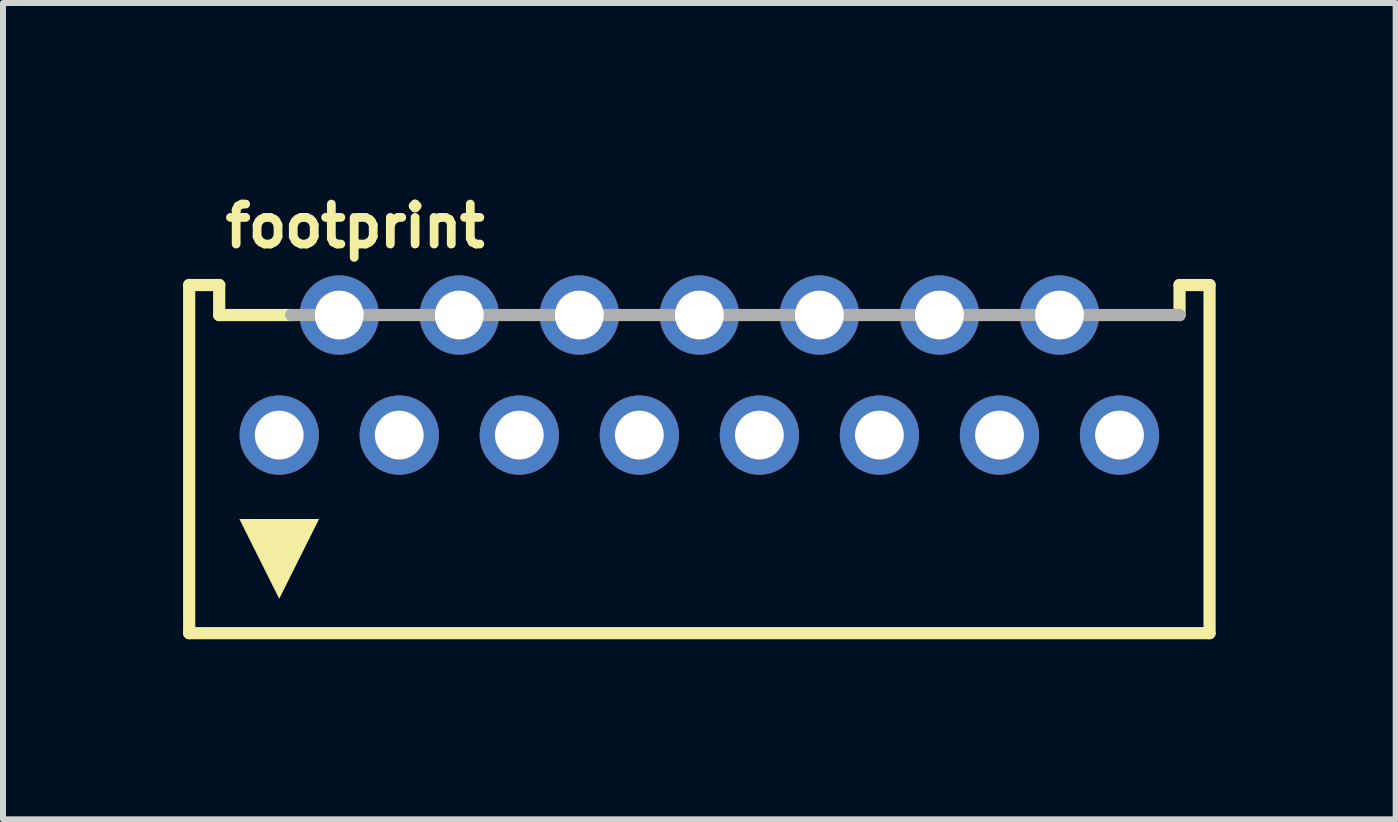
<source format=kicad_pcb>
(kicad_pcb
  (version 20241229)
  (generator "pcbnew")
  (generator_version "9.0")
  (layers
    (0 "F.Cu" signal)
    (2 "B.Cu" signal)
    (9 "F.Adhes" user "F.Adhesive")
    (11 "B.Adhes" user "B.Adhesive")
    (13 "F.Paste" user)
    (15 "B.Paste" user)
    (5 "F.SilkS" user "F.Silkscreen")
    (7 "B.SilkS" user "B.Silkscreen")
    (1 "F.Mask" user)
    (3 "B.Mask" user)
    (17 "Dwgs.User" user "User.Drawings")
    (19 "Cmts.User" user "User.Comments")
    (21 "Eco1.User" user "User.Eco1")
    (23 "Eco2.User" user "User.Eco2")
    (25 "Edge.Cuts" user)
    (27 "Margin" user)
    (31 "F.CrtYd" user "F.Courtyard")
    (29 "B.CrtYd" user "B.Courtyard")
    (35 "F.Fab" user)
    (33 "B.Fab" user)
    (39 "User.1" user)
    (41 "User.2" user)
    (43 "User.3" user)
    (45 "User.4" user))
  (footprint "footprint"
    (layer "F.Cu")
    (at 8.602 4.199)
    (property "Reference" "footprint" (at -7.972 -3.094 0) (layer "F.SilkS") (effects (font (size 0.666 0.666) (thickness 0.146)) (justify left bottom)))
    (fp_line (start -8.5 -2.5) (end -8.5 3.3) (stroke (width 0.203) (type solid)) (layer "F.SilkS"))
    (fp_line (start -8.5 3.3) (end 8.5 3.3) (stroke (width 0.203) (type solid)) (layer "F.SilkS"))
    (fp_line (start -8 -2.5) (end -8.5 -2.5) (stroke (width 0.203) (type solid)) (layer "F.SilkS"))
    (fp_line (start -8 -2) (end -8 -2.5) (stroke (width 0.203) (type solid)) (layer "F.SilkS"))
    (fp_line (start -8 -2) (end -6.8 -2) (stroke (width 0.203) (type solid)) (layer "F.SilkS"))
    (fp_line (start 8 -2.5) (end 8.5 -2.5) (stroke (width 0.203) (type solid)) (layer "F.SilkS"))
    (fp_line (start 8 -2) (end 8 -2.5) (stroke (width 0.203) (type solid)) (layer "F.SilkS"))
    (fp_line (start 8.5 -2.5) (end 8.5 3.3) (stroke (width 0.203) (type solid)) (layer "F.SilkS"))
    (fp_poly (pts (xy -7 2.727) (xy -7.664 1.398) (xy -6.336 1.398)) (stroke (width 0) (type solid)) (fill yes) (layer "F.SilkS"))
    (fp_line (start -6.8 -2) (end 8 -2) (stroke (width 0.203) (type solid)) (layer "F.Fab"))
    (pad "1" thru_hole circle (at -7 0) (size 1.321 1.321) (drill 0.813) (layers "*.Cu" "*.Mask"))
    (pad "2" thru_hole circle (at -6 -2) (size 1.321 1.321) (drill 0.813) (layers "*.Cu" "*.Mask"))
    (pad "3" thru_hole circle (at -5 0) (size 1.321 1.321) (drill 0.813) (layers "*.Cu" "*.Mask"))
    (pad "4" thru_hole circle (at -4 -2) (size 1.321 1.321) (drill 0.813) (layers "*.Cu" "*.Mask"))
    (pad "5" thru_hole circle (at -3 0) (size 1.321 1.321) (drill 0.813) (layers "*.Cu" "*.Mask"))
    (pad "6" thru_hole circle (at -2 -2) (size 1.321 1.321) (drill 0.813) (layers "*.Cu" "*.Mask"))
    (pad "7" thru_hole circle (at -1 0) (size 1.321 1.321) (drill 0.813) (layers "*.Cu" "*.Mask"))
    (pad "8" thru_hole circle (at 0 -2) (size 1.321 1.321) (drill 0.813) (layers "*.Cu" "*.Mask"))
    (pad "9" thru_hole circle (at 1 0) (size 1.321 1.321) (drill 0.813) (layers "*.Cu" "*.Mask"))
    (pad "10" thru_hole circle (at 2 -2) (size 1.321 1.321) (drill 0.813) (layers "*.Cu" "*.Mask"))
    (pad "11" thru_hole circle (at 3 0) (size 1.321 1.321) (drill 0.813) (layers "*.Cu" "*.Mask"))
    (pad "12" thru_hole circle (at 4 -2) (size 1.321 1.321) (drill 0.813) (layers "*.Cu" "*.Mask"))
    (pad "13" thru_hole circle (at 5 0) (size 1.321 1.321) (drill 0.813) (layers "*.Cu" "*.Mask"))
    (pad "14" thru_hole circle (at 6 -2) (size 1.321 1.321) (drill 0.813) (layers "*.Cu" "*.Mask"))
    (pad "15" thru_hole circle (at 7 0) (size 1.321 1.321) (drill 0.813) (layers "*.Cu" "*.Mask")))
  (gr_rect
    (start -3 -3)
    (end 20.203 10.601)
    (stroke (width 0.1) (type default))
    (fill no)
    (layer "Edge.Cuts")))
</source>
